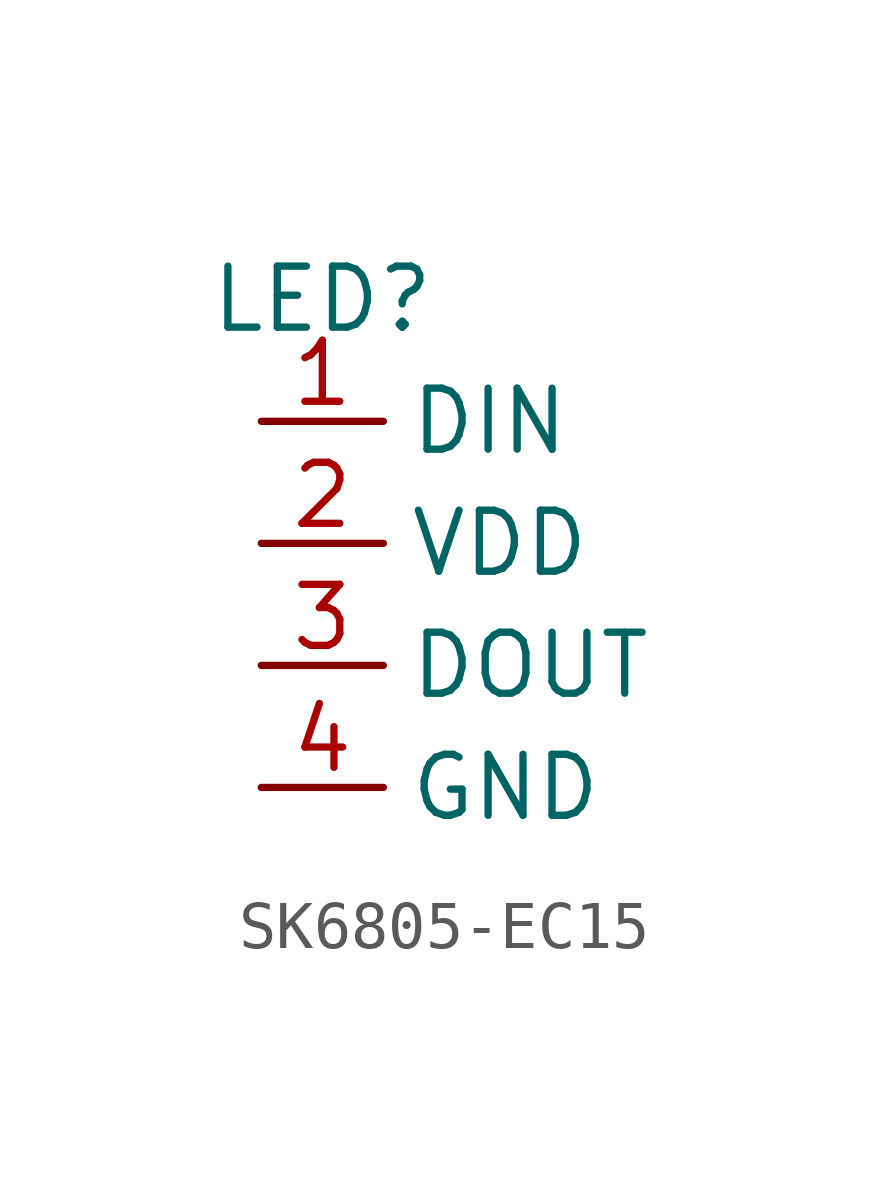
<source format=kicad_sym>
(kicad_symbol_lib
  (version 20220914)
  (generator kicad_symbol_editor)
  (symbol "SK6805-EC15"
    (property "Reference" "LED"
      (at 0 0 0)
      (effects (font (size 1.27 1.27))))
    (property "Value" ""
      (at 0 0 0)
      (effects (font (size 1.27 1.27))))
    (symbol "SK6805-EC15_1_1"
      (pin input line (at -1.27 -2.54 0) (length 2.54) (name "DIN" (effects (font (size 1.27 1.27)))) (number "1" (effects (font (size 1.27 1.27)))))
      (pin input line (at -1.27 -5.08 0) (length 2.54) (name "VDD" (effects (font (size 1.27 1.27)))) (number "2" (effects (font (size 1.27 1.27)))))
      (pin output line (at -1.27 -7.62 0) (length 2.54) (name "DOUT" (effects (font (size 1.27 1.27)))) (number "3" (effects (font (size 1.27 1.27)))))
      (pin input line (at -1.27 -10.16 0) (length 2.54) (name "GND" (effects (font (size 1.27 1.27)))) (number "4" (effects (font (size 1.27 1.27))))))))
</source>
